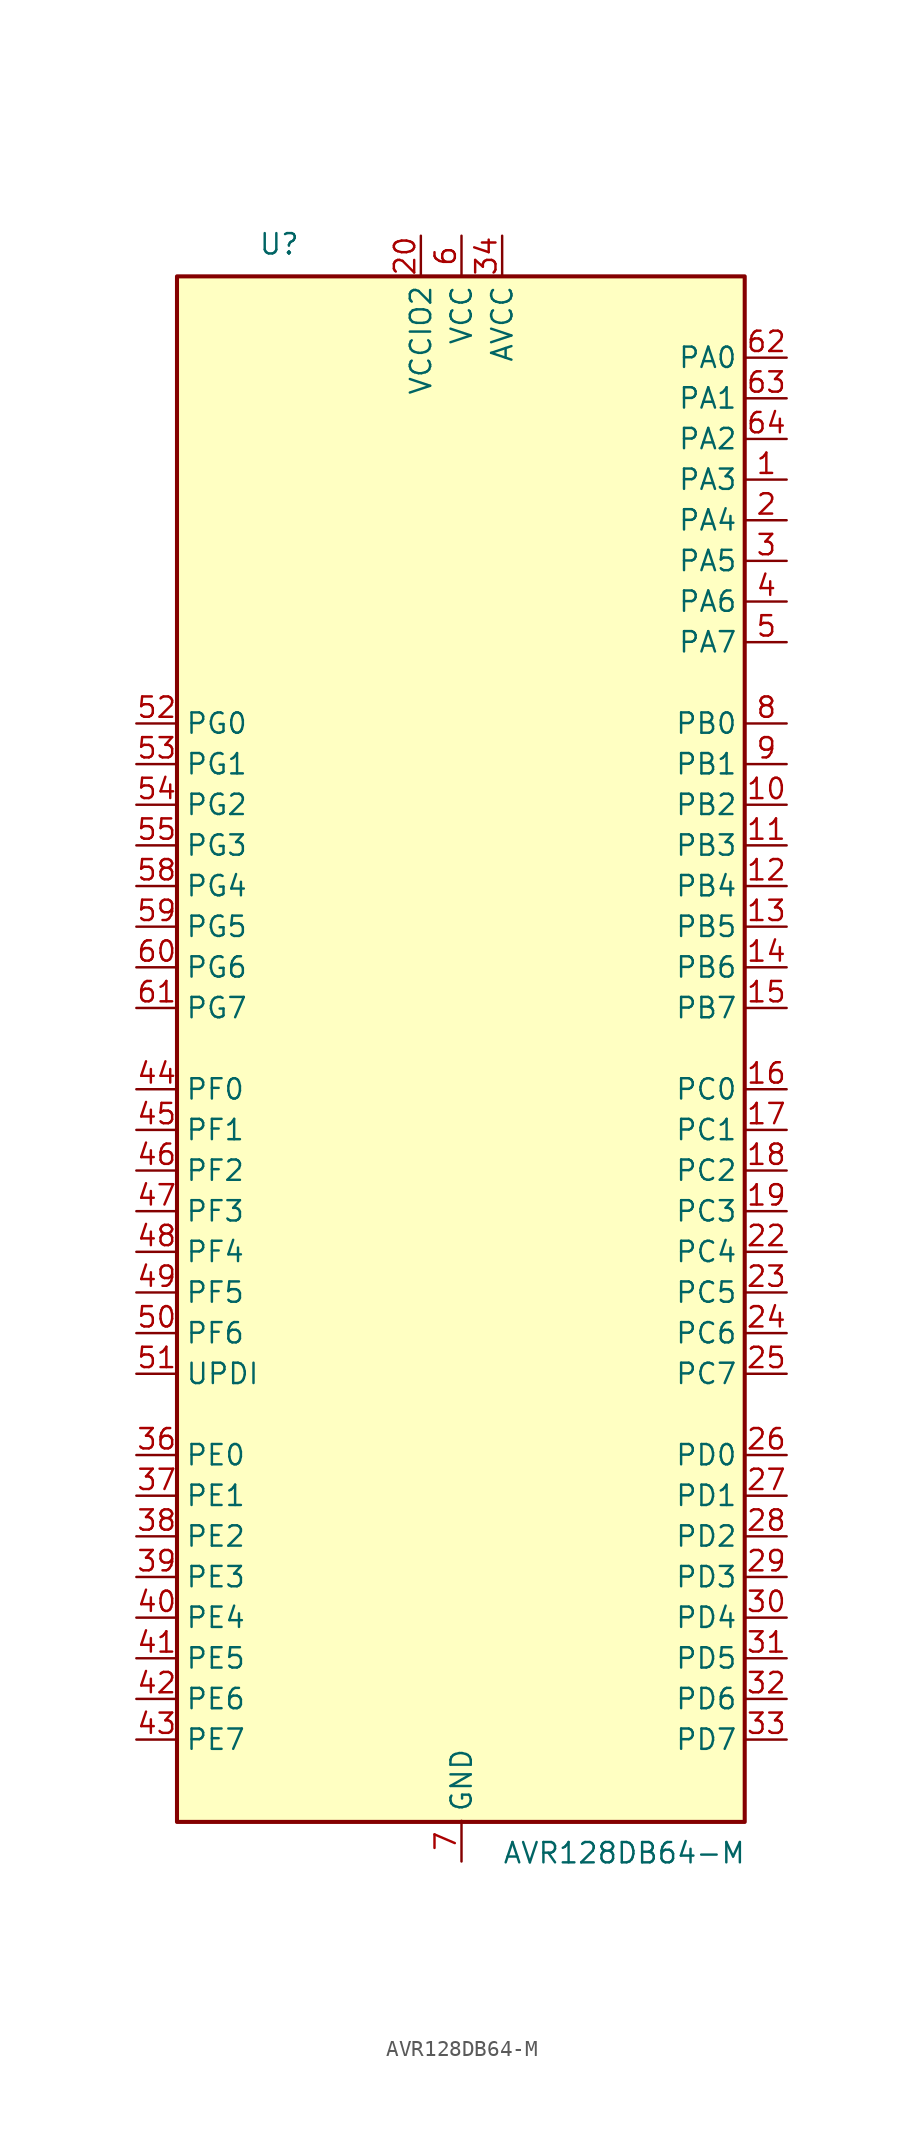
<source format=kicad_sym>
(kicad_symbol_lib
  (version 20211014)
  (generator kicad_symbol_editor)
  (symbol "AVR128DB64-M"
    (property "Reference" "U"
      (at -12.7 49.53 0)
      (effects (font (size 1.27 1.27)) (justify left bottom)))
    (property "Value" "AVR128DB64-M"
      (at 2.54 -49.53 0)
      (effects (font (size 1.27 1.27)) (justify left top)))
    (symbol "AVR128DB64-M_0_1"
      (rectangle (start -17.78 48.26) (end 17.699 -48.327) (stroke (width 0.152) (type default) (color 0 0 0 0)) (fill (type none)))
      (rectangle (start -17.78 48.26) (end 17.699 -48.327) (stroke (width 0.254) (type default) (color 0 0 0 0)) (fill (type background))))
    (symbol "AVR128DB64-M_1_1"
      (pin bidirectional line (at 20.32 35.56 180) (length 2.54) (name "PA3" (effects (font (size 1.27 1.27)))) (number "1" (effects (font (size 1.27 1.27)))) (alternate "LUT0-OUT" output line) (alternate "TCA0-WO3" output line) (alternate "TCB1-WO" output line) (alternate "TWI0-SCL(MS)" bidirectional line) (alternate "USART0-XDIR" output line))
      (pin bidirectional line (at 20.32 15.24 180) (length 2.54) (name "PB2" (effects (font (size 1.27 1.27)))) (number "10" (effects (font (size 1.27 1.27)))) (alternate "EVOUTB" output line) (alternate "LUT4-IN2" input line) (alternate "TCA0-WO2(1)" output line) (alternate "TCA1-WO2" output line) (alternate "TWI1-SDA(MS)(0,2)" bidirectional line) (alternate "USART3-XCK" bidirectional line))
      (pin bidirectional line (at 20.32 12.7 180) (length 2.54) (name "PB3" (effects (font (size 1.27 1.27)))) (number "11" (effects (font (size 1.27 1.27)))) (alternate "LUT4-OUT" output line) (alternate "TCA0-WO3(1)" output line) (alternate "TCA1-WO3" output line) (alternate "USART1-SCL(MS)(0,2)" bidirectional line) (alternate "USART3-XDIR" output line))
      (pin bidirectional line (at 20.32 10.16 180) (length 2.54) (name "PB4" (effects (font (size 1.27 1.27)))) (number "12" (effects (font (size 1.27 1.27)))) (alternate "SPI1-MOSI(2)" bidirectional line) (alternate "TCA0-WO4(1)" output line) (alternate "TCA1-WO4" output line) (alternate "TCB2-WO(1)" output line) (alternate "TCD0-WOA(1)" output line) (alternate "USART3-TXD(1)" bidirectional line))
      (pin bidirectional line (at 20.32 7.62 180) (length 2.54) (name "PB5" (effects (font (size 1.27 1.27)))) (number "13" (effects (font (size 1.27 1.27)))) (alternate "SPI1-MISO(2)" bidirectional line) (alternate "TCA0-WO5(1)" output line) (alternate "TCA1-WO5" output line) (alternate "TCB3-WO" output line) (alternate "TCD0-WOB(1)" output line) (alternate "USART3-RXD(1)" input line))
      (pin bidirectional line (at 20.32 5.08 180) (length 2.54) (name "PB6" (effects (font (size 1.27 1.27)))) (number "14" (effects (font (size 1.27 1.27)))) (alternate "LUT4-OUT(1)" output line) (alternate "SPI1-SCK(2)" bidirectional line) (alternate "TCD0-WOC(1)" output line) (alternate "TWI1-SDA(S)(1,2)" input line) (alternate "USART3-XCK(1)" bidirectional line))
      (pin bidirectional line (at 20.32 2.54 180) (length 2.54) (name "PB7" (effects (font (size 1.27 1.27)))) (number "15" (effects (font (size 1.27 1.27)))) (alternate "EVOUTB(1)" output line) (alternate "SPI1-~{SS}(2)" bidirectional line) (alternate "TCD0-WOD(1)" output line) (alternate "TWI1-SCL(S)(1,2)" input line) (alternate "USART3-XDIR(1)" output line))
      (pin bidirectional line (at 20.32 -2.54 180) (length 2.54) (name "PC0" (effects (font (size 1.27 1.27)))) (number "16" (effects (font (size 1.27 1.27)))) (alternate "LUT1-IN0" input line) (alternate "SPI1-MOSI" bidirectional line) (alternate "TCA0-WO0(2)" output line) (alternate "TCB2-WO" output line) (alternate "USART1-TXD" bidirectional line))
      (pin bidirectional line (at 20.32 -5.08 180) (length 2.54) (name "PC1" (effects (font (size 1.27 1.27)))) (number "17" (effects (font (size 1.27 1.27)))) (alternate "LUT1-IN1" input line) (alternate "SPI1-MISO" bidirectional line) (alternate "TCA0-WO1(2)" output line) (alternate "TCB3-WO(1)" output line) (alternate "USART1-RXD" input line))
      (pin bidirectional line (at 20.32 -7.62 180) (length 2.54) (name "PC2" (effects (font (size 1.27 1.27)))) (number "18" (effects (font (size 1.27 1.27)))) (alternate "EVOUTC" output line) (alternate "LUT1-IN2" input line) (alternate "SPI1-SCK" bidirectional line) (alternate "TCA-WO2(2)" output line) (alternate "TWI0-SDA(MS+)(0,2)" bidirectional line) (alternate "USART1-XCK" bidirectional line))
      (pin bidirectional line (at 20.32 -10.16 180) (length 2.54) (name "PC3" (effects (font (size 1.27 1.27)))) (number "19" (effects (font (size 1.27 1.27)))) (alternate "LUT1-OUT" output line) (alternate "SPI1-~{SS}" bidirectional line) (alternate "TCA0-WO3(2)" output line) (alternate "TWI0-SCL(MS)(0,2" bidirectional line) (alternate "USART1-XDIR" output line))
      (pin bidirectional line (at 20.32 33.02 180) (length 2.54) (name "PA4" (effects (font (size 1.27 1.27)))) (number "2" (effects (font (size 1.27 1.27)))) (alternate "SPI0-MOSI" bidirectional line) (alternate "TCA0-WO4" output line) (alternate "TCD0-WOA" output line) (alternate "USART0-TXD(1)" bidirectional line))
      (pin power_in line (at -2.54 50.8 270) (length 2.54) (name "VCCIO2" (effects (font (size 1.27 1.27)))) (number "20" (effects (font (size 1.27 1.27)))))
      (pin power_in line (at 0 -50.8 90) (length 2.54) hide (name "GND" (effects (font (size 1.27 1.27)))) (number "21" (effects (font (size 1.27 1.27)))))
      (pin bidirectional line (at 20.32 -12.7 180) (length 2.54) (name "PC4" (effects (font (size 1.27 1.27)))) (number "22" (effects (font (size 1.27 1.27)))) (alternate "SPI1-MOSI(1)" bidirectional line) (alternate "TCA0-WO4(2)" output line) (alternate "TCA1-WO0(1)" output line) (alternate "USART1-TXD(1)" bidirectional line))
      (pin bidirectional line (at 20.32 -15.24 180) (length 2.54) (name "PC5" (effects (font (size 1.27 1.27)))) (number "23" (effects (font (size 1.27 1.27)))) (alternate "SPI1-MISO(1)" bidirectional line) (alternate "TCA0-WO5(2)" output line) (alternate "TCA1-WO1(1)" output line) (alternate "USART1-RXD(1)" input line))
      (pin bidirectional line (at 20.32 -17.78 180) (length 2.54) (name "PC6" (effects (font (size 1.27 1.27)))) (number "24" (effects (font (size 1.27 1.27)))) (alternate "AC0-OUT(1)" output line) (alternate "AC1-OUT(1)" output line) (alternate "AC2-OUT(1)" output line) (alternate "LUT1-OUT(1)" output line) (alternate "SPI1-SCK(1)" bidirectional line) (alternate "TCA-WO2(2)" output line) (alternate "TWI0-SDA(S)(1,2)" bidirectional line) (alternate "USART1-XCK(1)" bidirectional line))
      (pin bidirectional line (at 20.32 -20.32 180) (length 2.54) (name "PC7" (effects (font (size 1.27 1.27)))) (number "25" (effects (font (size 1.27 1.27)))) (alternate "EVOUTC(1)" output line) (alternate "SPI1-~{SS}(1)" bidirectional line) (alternate "TWI0-SCL(S)(1,2)" bidirectional line) (alternate "USART1-XDIR(1)" output line) (alternate "ZCD0-OUT(1)" output line) (alternate "ZCD1-OUT(1)" output line) (alternate "ZCD2-OUT(1)" output line))
      (pin bidirectional line (at 20.32 -25.4 180) (length 2.54) (name "PD0" (effects (font (size 1.27 1.27)))) (number "26" (effects (font (size 1.27 1.27)))) (alternate "AC0-AINN1" input line) (alternate "AC1-AINN1" input line) (alternate "AC2-AINN1" input line) (alternate "ADC0-AIN0" input line) (alternate "LUT2-IN0" input line) (alternate "TC0-WO0(3)" output line))
      (pin bidirectional line (at 20.32 -27.94 180) (length 2.54) (name "PD1" (effects (font (size 1.27 1.27)))) (number "27" (effects (font (size 1.27 1.27)))) (alternate "ADC0-AIN1" input line) (alternate "LUT2-IN1" input line) (alternate "OP0-INP" input line) (alternate "TCA0-WO1(3)" output line) (alternate "ZCD0-ZCIN" input line))
      (pin bidirectional line (at 20.32 -30.48 180) (length 2.54) (name "PD2" (effects (font (size 1.27 1.27)))) (number "28" (effects (font (size 1.27 1.27)))) (alternate "AC0-AINP0" input line) (alternate "AC1-AINP0" input line) (alternate "AC2-AINP0" input line) (alternate "ADC0-AIN2" input line) (alternate "EVOUTD" output line) (alternate "LUT2-IN2" input line) (alternate "OP0-OUT" output line) (alternate "TCA0-WO2(3)" output line))
      (pin bidirectional line (at 20.32 -33.02 180) (length 2.54) (name "PD3" (effects (font (size 1.27 1.27)))) (number "29" (effects (font (size 1.27 1.27)))) (alternate "AC0-AINN0" input line) (alternate "AC1-AINP1" input line) (alternate "ADC0-AIN3" input line) (alternate "LUT2-OUT" output line) (alternate "OP0-INN" input line) (alternate "TCA0-WO3(3)" output line))
      (pin bidirectional line (at 20.32 30.48 180) (length 2.54) (name "PA5" (effects (font (size 1.27 1.27)))) (number "3" (effects (font (size 1.27 1.27)))) (alternate "SPI0-MISO" bidirectional line) (alternate "TCA0-WO5" output line) (alternate "TCD0-WOB" output line) (alternate "USART0-RXD(1)" input line))
      (pin bidirectional line (at 20.32 -35.56 180) (length 2.54) (name "PD4" (effects (font (size 1.27 1.27)))) (number "30" (effects (font (size 1.27 1.27)))) (alternate "AC1-AINP2" input line) (alternate "AC2-AINP1" input line) (alternate "ADC0-AIN4" input line) (alternate "OP1-INP" input line) (alternate "TCA0-WO4(3)" output line))
      (pin bidirectional line (at 20.32 -38.1 180) (length 2.54) (name "PD5" (effects (font (size 1.27 1.27)))) (number "31" (effects (font (size 1.27 1.27)))) (alternate "AC1-AINN0" input line) (alternate "ADC0-AIN5" input line) (alternate "OP1-OUT" output line) (alternate "TCA0-WO5(3)" output line))
      (pin bidirectional line (at 20.32 -40.64 180) (length 2.54) (name "PD6" (effects (font (size 1.27 1.27)))) (number "32" (effects (font (size 1.27 1.27)))) (alternate "AC0-AINP3" input line) (alternate "AC1-AINP3" input line) (alternate "AC2-AINP3" input line) (alternate "ADC0-AIN6" input line) (alternate "DAC0-OUT" output line) (alternate "LUT2-OUT(1)" output line))
      (pin bidirectional line (at 20.32 -43.18 180) (length 2.54) (name "PD7" (effects (font (size 1.27 1.27)))) (number "33" (effects (font (size 1.27 1.27)))) (alternate "AC0-AINN2" input line) (alternate "AC1-AINN2" input line) (alternate "AC2-AINN0/2" input line) (alternate "ADC0-AIN7" input line) (alternate "EVOUTD(1)" output line) (alternate "OP1-INN" input line) (alternate "VREFA" input line))
      (pin power_in line (at 2.54 50.8 270) (length 2.54) (name "AVCC" (effects (font (size 1.27 1.27)))) (number "34" (effects (font (size 1.27 1.27)))))
      (pin power_in line (at 0 -50.8 90) (length 2.54) hide (name "GND" (effects (font (size 1.27 1.27)))) (number "35" (effects (font (size 1.27 1.27)))))
      (pin bidirectional line (at -20.32 -25.4 0) (length 2.54) (name "PE0" (effects (font (size 1.27 1.27)))) (number "36" (effects (font (size 1.27 1.27)))) (alternate "AC0-AINP1" input line) (alternate "ADC0-AIN8" input line) (alternate "SPI0-MOSI(1)" bidirectional line) (alternate "TCA0-WO0(4)" output line) (alternate "USART4-TXD" output line))
      (pin bidirectional line (at -20.32 -27.94 0) (length 2.54) (name "PE1" (effects (font (size 1.27 1.27)))) (number "37" (effects (font (size 1.27 1.27)))) (alternate "AC2-AINP2" input line) (alternate "ADC-AIN9" input line) (alternate "OP2-INP" input line) (alternate "SPI0-MISO(1)" bidirectional line) (alternate "TCA0-WO1(4)" output line) (alternate "USART4-RXD" input line))
      (pin bidirectional line (at -20.32 -30.48 0) (length 2.54) (name "PE2" (effects (font (size 1.27 1.27)))) (number "38" (effects (font (size 1.27 1.27)))) (alternate "AC0-AINP2" input line) (alternate "ADC0-AIN10" input line) (alternate "EVOUTE" output line) (alternate "OP2-OUT" output line) (alternate "SPI0-SCK(1)" bidirectional line) (alternate "TCA0-WO2(4)" output line) (alternate "USART4-XCK" bidirectional line))
      (pin bidirectional line (at -20.32 -33.02 0) (length 2.54) (name "PE3" (effects (font (size 1.27 1.27)))) (number "39" (effects (font (size 1.27 1.27)))) (alternate "ADC0-AIN11" input line) (alternate "OP2-INN" input line) (alternate "SPI0-~{SS}(1)" bidirectional line) (alternate "TCA0-WO3(4)" output line) (alternate "USART4-XDIR" output line) (alternate "ZCD1-ZCIN" input line))
      (pin bidirectional line (at 20.32 27.94 180) (length 2.54) (name "PA6" (effects (font (size 1.27 1.27)))) (number "4" (effects (font (size 1.27 1.27)))) (alternate "LUT0-OUT(1)" output line) (alternate "SPI0-SCK" bidirectional line) (alternate "TCD0-WOC" output line) (alternate "USART0-XCK(1)" bidirectional line))
      (pin bidirectional line (at -20.32 -35.56 0) (length 2.54) (name "PE4" (effects (font (size 1.27 1.27)))) (number "40" (effects (font (size 1.27 1.27)))) (alternate "ADC0-AIN12" input line) (alternate "TCA0-WO4(4)" output line) (alternate "TCA1-WO0(2)" output line) (alternate "USART4-TXD(1)" bidirectional line))
      (pin bidirectional line (at -20.32 -38.1 0) (length 2.54) (name "PE5" (effects (font (size 1.27 1.27)))) (number "41" (effects (font (size 1.27 1.27)))) (alternate "ADC0-AIN13" input line) (alternate "TCA0-WO5(4)" output line) (alternate "TCA1-WO1(2)" output line) (alternate "USART4-RXD(1)" input line))
      (pin bidirectional line (at -20.32 -40.64 0) (length 2.54) (name "PE6" (effects (font (size 1.27 1.27)))) (number "42" (effects (font (size 1.27 1.27)))) (alternate "ADC0-AIN14" input line) (alternate "TCA1-WO2(2)" output line) (alternate "USART4-XCK(1)" bidirectional line))
      (pin bidirectional line (at -20.32 -43.18 0) (length 2.54) (name "PE7" (effects (font (size 1.27 1.27)))) (number "43" (effects (font (size 1.27 1.27)))) (alternate "ADC0-AIN15" input line) (alternate "EVOUTE(1)" output line) (alternate "USART4-XDIR(1)" output line) (alternate "ZCD2-ZCIN" input line))
      (pin bidirectional line (at -20.32 -2.54 0) (length 2.54) (name "PF0" (effects (font (size 1.27 1.27)))) (number "44" (effects (font (size 1.27 1.27)))) (alternate "ADC0-AIN16(P)" input line) (alternate "LUT3-IN0" input line) (alternate "TCA0-WO0(5)" output line) (alternate "TCD0-WOA(2)" output line) (alternate "USART2-TXD" bidirectional line) (alternate "XTAL32K1" passive line))
      (pin bidirectional line (at -20.32 -5.08 0) (length 2.54) (name "PF1" (effects (font (size 1.27 1.27)))) (number "45" (effects (font (size 1.27 1.27)))) (alternate "ADC0-AIN17(P)" input line) (alternate "LUT3-IN1" input line) (alternate "TCA0-WO1(5)" output line) (alternate "TCD0-WOB(2)" output line) (alternate "USART2-RXD" input line) (alternate "XTAL32K2" passive line))
      (pin bidirectional line (at -20.32 -7.62 0) (length 2.54) (name "PF2" (effects (font (size 1.27 1.27)))) (number "46" (effects (font (size 1.27 1.27)))) (alternate "ADC0-AIN18(P)" input line) (alternate "EVOUTF" output line) (alternate "LUT3-IN2" input line) (alternate "TCA0-WO2(5)" output line) (alternate "TCD0-WOC(2)" output line) (alternate "TWI1-SDA(MS+)" bidirectional line) (alternate "USART2-XCK" bidirectional line))
      (pin bidirectional line (at -20.32 -10.16 0) (length 2.54) (name "PF3" (effects (font (size 1.27 1.27)))) (number "47" (effects (font (size 1.27 1.27)))) (alternate "ADC0-AIN19(P)" input line) (alternate "LUT3-OUT" output line) (alternate "TCA0-WO3(5)" output line) (alternate "TCD0-WOD(2)" output line) (alternate "TWI1-SCL(MS+)" bidirectional line) (alternate "USART2-XDIR" output line))
      (pin bidirectional line (at -20.32 -12.7 0) (length 2.54) (name "PF4" (effects (font (size 1.27 1.27)))) (number "48" (effects (font (size 1.27 1.27)))) (alternate "ADC0-AIN20(P)" input line) (alternate "TCA0-WO4(5)" output line) (alternate "TCB0-WO(1)" output line) (alternate "USART2-TXD(1)" output line))
      (pin bidirectional line (at -20.32 -15.24 0) (length 2.54) (name "PF5" (effects (font (size 1.27 1.27)))) (number "49" (effects (font (size 1.27 1.27)))) (alternate "ADC0-AIN21(P)" input line) (alternate "TCA0-WO5(5)" output line) (alternate "TCB1-WO(1)" output line) (alternate "USART2-RXD(1)" input line))
      (pin bidirectional line (at 20.32 25.4 180) (length 2.54) (name "PA7" (effects (font (size 1.27 1.27)))) (number "5" (effects (font (size 1.27 1.27)))) (alternate "AC0-OUT" output line) (alternate "AC1-OUT" output line) (alternate "AC2-OUT" output line) (alternate "CLKOUT" output line) (alternate "EVOUTA(1)" output line) (alternate "SPI0-~{SS}" bidirectional line) (alternate "TCD0-WOD" output line) (alternate "USART0-XDIR(1)" output line) (alternate "ZCD0-OUT" output line) (alternate "ZCD1-OUT" output line) (alternate "ZDC2-OUT" output line))
      (pin input line (at -20.32 -17.78 0) (length 2.54) (name "PF6" (effects (font (size 1.27 1.27)))) (number "50" (effects (font (size 1.27 1.27)))) (alternate "~{RESET}" input line))
      (pin bidirectional line (at -20.32 -20.32 0) (length 2.54) (name "UPDI" (effects (font (size 1.27 1.27)))) (number "51" (effects (font (size 1.27 1.27)))))
      (pin bidirectional line (at -20.32 20.32 0) (length 2.54) (name "PG0" (effects (font (size 1.27 1.27)))) (number "52" (effects (font (size 1.27 1.27)))) (alternate "LUT5-IN0" input line) (alternate "TCA0-WO0(6)" output line) (alternate "TCA1-WO0(3)" output line) (alternate "USART5-TXD" bidirectional line))
      (pin bidirectional line (at -20.32 17.78 0) (length 2.54) (name "PG1" (effects (font (size 1.27 1.27)))) (number "53" (effects (font (size 1.27 1.27)))) (alternate "LUT5-IN1" input line) (alternate "TCA0-WO1(6)" output line) (alternate "TCA1-WO1(3)" output line) (alternate "USART5-RXD" input line))
      (pin bidirectional line (at -20.32 15.24 0) (length 2.54) (name "PG2" (effects (font (size 1.27 1.27)))) (number "54" (effects (font (size 1.27 1.27)))) (alternate "EVOUTG" output line) (alternate "LUT5-IN2" input line) (alternate "TCA0-WO2(6)" output line) (alternate "TCA1-WO2(3)" output line) (alternate "USART5-XCK" bidirectional line))
      (pin bidirectional line (at -20.32 12.7 0) (length 2.54) (name "PG3" (effects (font (size 1.27 1.27)))) (number "55" (effects (font (size 1.27 1.27)))) (alternate "LUT5-OUT" output line) (alternate "TCA0-WO3(6)" output line) (alternate "TCA1-WO3(3)" output line) (alternate "TCB4-WO" output line) (alternate "USART5-XDIR" output line))
      (pin power_in line (at 0 50.8 270) (length 2.54) hide (name "VCC" (effects (font (size 1.27 1.27)))) (number "56" (effects (font (size 1.27 1.27)))))
      (pin power_in line (at 0 -50.8 90) (length 2.54) hide (name "GND" (effects (font (size 1.27 1.27)))) (number "57" (effects (font (size 1.27 1.27)))))
      (pin bidirectional line (at -20.32 10.16 0) (length 2.54) (name "PG4" (effects (font (size 1.27 1.27)))) (number "58" (effects (font (size 1.27 1.27)))) (alternate "SPI0-MOSI(2)" bidirectional line) (alternate "TCA0-WO4(6)" output line) (alternate "TCA1-WO4(3)" output line) (alternate "TCD0-WOB(3)" output line) (alternate "USART5-TXD(1)" bidirectional line))
      (pin bidirectional line (at -20.32 7.62 0) (length 2.54) (name "PG5" (effects (font (size 1.27 1.27)))) (number "59" (effects (font (size 1.27 1.27)))) (alternate "SPI0-MISO(2)" bidirectional line) (alternate "TCA0-WO5(6)" output line) (alternate "TCA1-WO5(3)" output line) (alternate "TCD0-WOB(3)" output line) (alternate "USART5-RXD(1)" input line))
      (pin power_in line (at 0 50.8 270) (length 2.54) (name "VCC" (effects (font (size 1.27 1.27)))) (number "6" (effects (font (size 1.27 1.27)))))
      (pin bidirectional line (at -20.32 5.08 0) (length 2.54) (name "PG6" (effects (font (size 1.27 1.27)))) (number "60" (effects (font (size 1.27 1.27)))) (alternate "LUT5-OUT(1)" output line) (alternate "SPI0-SCK(2)" bidirectional line) (alternate "TCD0-WOC(3)" output line) (alternate "USART5-XCK(1)" bidirectional line))
      (pin bidirectional line (at -20.32 2.54 0) (length 2.54) (name "PG7" (effects (font (size 1.27 1.27)))) (number "61" (effects (font (size 1.27 1.27)))) (alternate "EVOUTG(1)" output line) (alternate "SPI0-~{SS}(2)" bidirectional line) (alternate "TCD-WOD(3)" output line) (alternate "USART5-XDIR(1)" output line))
      (pin bidirectional line (at 20.32 43.18 180) (length 2.54) (name "PA0" (effects (font (size 1.27 1.27)))) (number "62" (effects (font (size 1.27 1.27)))) (alternate "EXTCLK" input clock) (alternate "LUT0-IN0" input line) (alternate "TCA0-WO0" output line) (alternate "USART0-TXD" bidirectional line) (alternate "XTALHF1" passive line))
      (pin bidirectional line (at 20.32 40.64 180) (length 2.54) (name "PA1" (effects (font (size 1.27 1.27)))) (number "63" (effects (font (size 1.27 1.27)))) (alternate "LUT0-IN1" input line) (alternate "TCA0-WO1" output line) (alternate "USART0-RXD" input line) (alternate "XTALHF2" passive clock))
      (pin bidirectional line (at 20.32 38.1 180) (length 2.54) (name "PA2" (effects (font (size 1.27 1.27)))) (number "64" (effects (font (size 1.27 1.27)))) (alternate "EVOUTA" output line) (alternate "LUT0-IN2" input line) (alternate "TCA0-WO2" output line) (alternate "TCB0-WO" output line) (alternate "TWI0-SDA(MS)" bidirectional line) (alternate "USART0-XCK" bidirectional line))
      (pin power_in line (at 0 -50.8 90) (length 2.54) (name "GND" (effects (font (size 1.27 1.27)))) (number "7" (effects (font (size 1.27 1.27)))))
      (pin bidirectional line (at 20.32 20.32 180) (length 2.54) (name "PB0" (effects (font (size 1.27 1.27)))) (number "8" (effects (font (size 1.27 1.27)))) (alternate "LUT4-IN0" input line) (alternate "TCA0-WO0(1)" output line) (alternate "TCA1-WO0" output line) (alternate "UART3-TXD" bidirectional line))
      (pin bidirectional line (at 20.32 17.78 180) (length 2.54) (name "PB1" (effects (font (size 1.27 1.27)))) (number "9" (effects (font (size 1.27 1.27)))) (alternate "LUT4-IN1" input line) (alternate "TCA0-WO1(1)" output line) (alternate "TCA1-WO0" output line) (alternate "USART3-RXD" input line)))))
</source>
